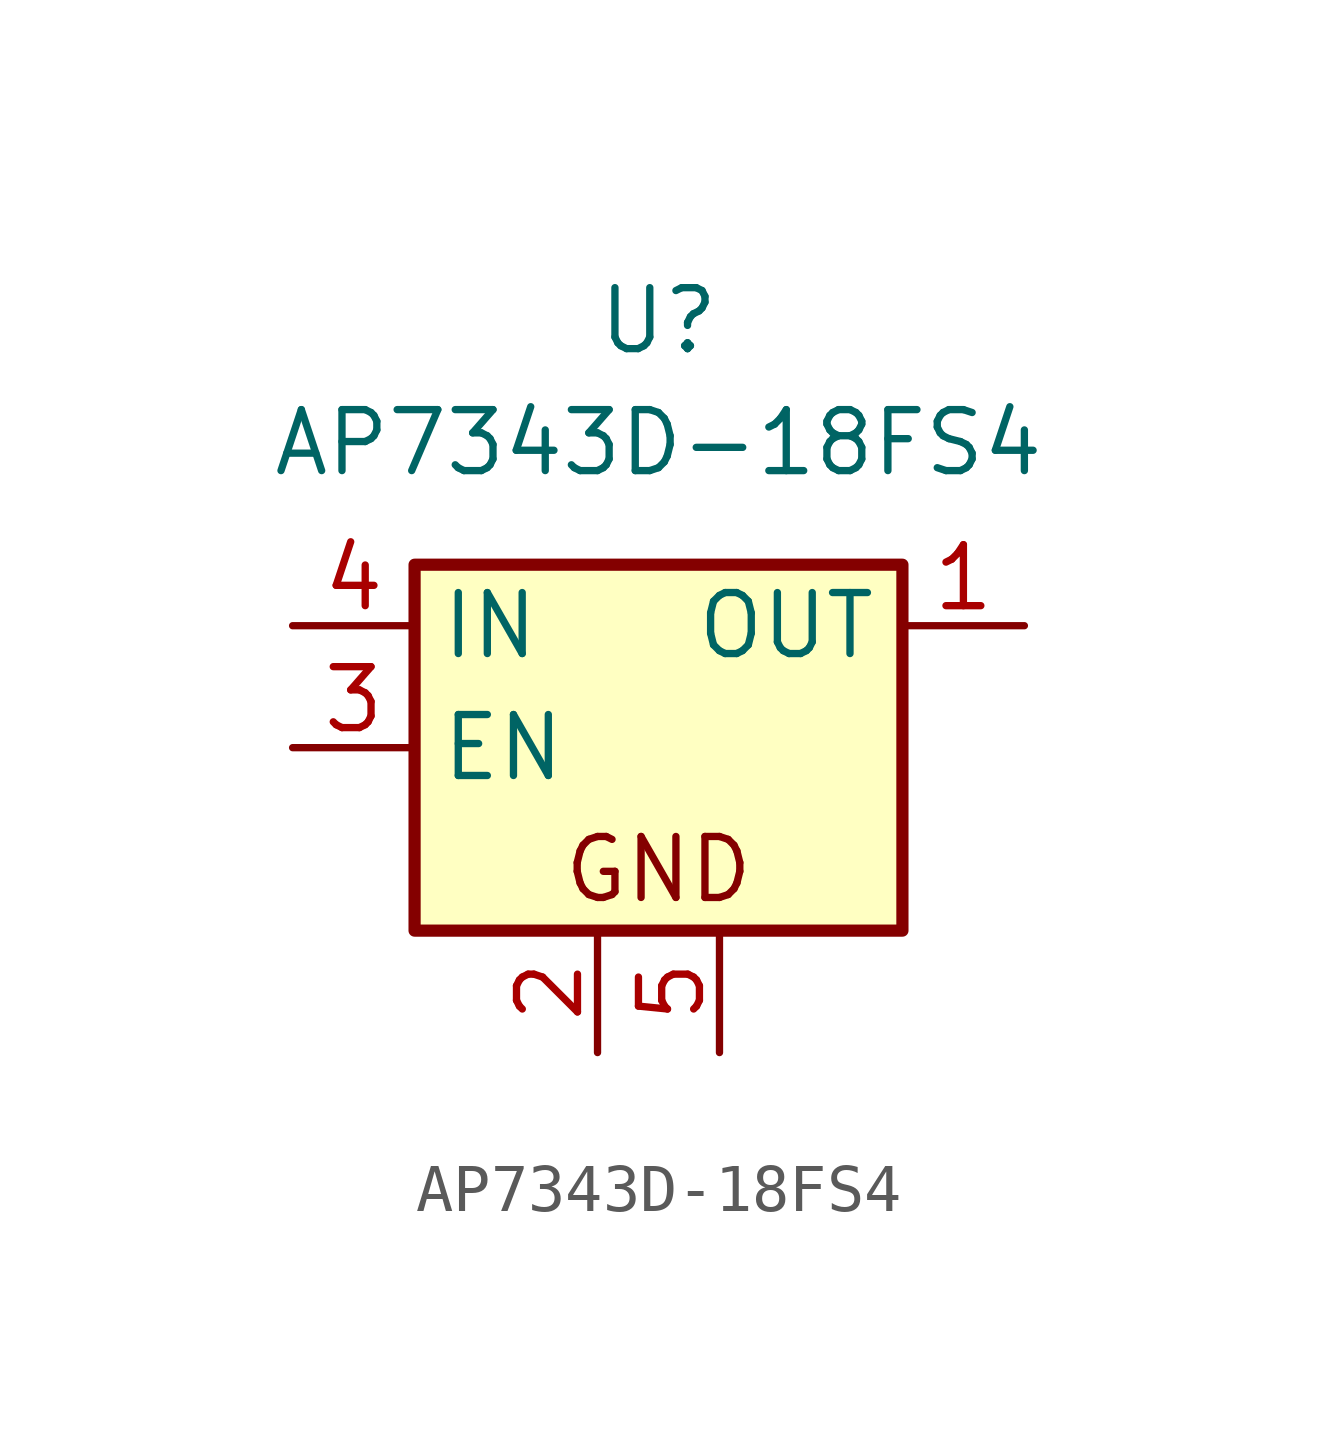
<source format=kicad_sym>
(kicad_symbol_lib
  (version 20241209)
  (generator "kicad_symbol_editor")
  (generator_version "9.0")
  (symbol "AP7343D-18FS4"
    (property "Reference" "U"
      (at 0 8.89 0)
      (effects (font (size 1.27 1.27))))
    (property "Value" "AP7343D-18FS4"
      (at 0 6.35 0)
      (effects (font (size 1.27 1.27))))
    (symbol "AP7343D-18FS4_0_0"
      (rectangle (start -5.08 3.81) (end 5.08 -3.81) (stroke (width 0.254) (type default)) (fill (type background)))
      (text "GND" (at 0 -2.54 0) (effects (font (size 1.27 1.27)))))
    (symbol "AP7343D-18FS4_1_1"
      (pin power_in line (at -7.62 2.54 0) (length 2.54) (name "IN" (effects (font (size 1.27 1.27)))) (number "4" (effects (font (size 1.27 1.27)))))
      (pin input line (at -7.62 0 0) (length 2.54) (name "EN" (effects (font (size 1.27 1.27)))) (number "3" (effects (font (size 1.27 1.27)))))
      (pin power_in line (at -1.27 -6.35 90) (length 2.54) (name "~" (effects (font (size 1.27 1.27)))) (number "2" (effects (font (size 1.27 1.27)))))
      (pin power_in line (at 1.27 -6.35 90) (length 2.54) (name "~" (effects (font (size 1.27 1.27)))) (number "5" (effects (font (size 1.27 1.27)))))
      (pin power_out line (at 7.62 2.54 180) (length 2.54) (name "OUT" (effects (font (size 1.27 1.27)))) (number "1" (effects (font (size 1.27 1.27))))))))
</source>
